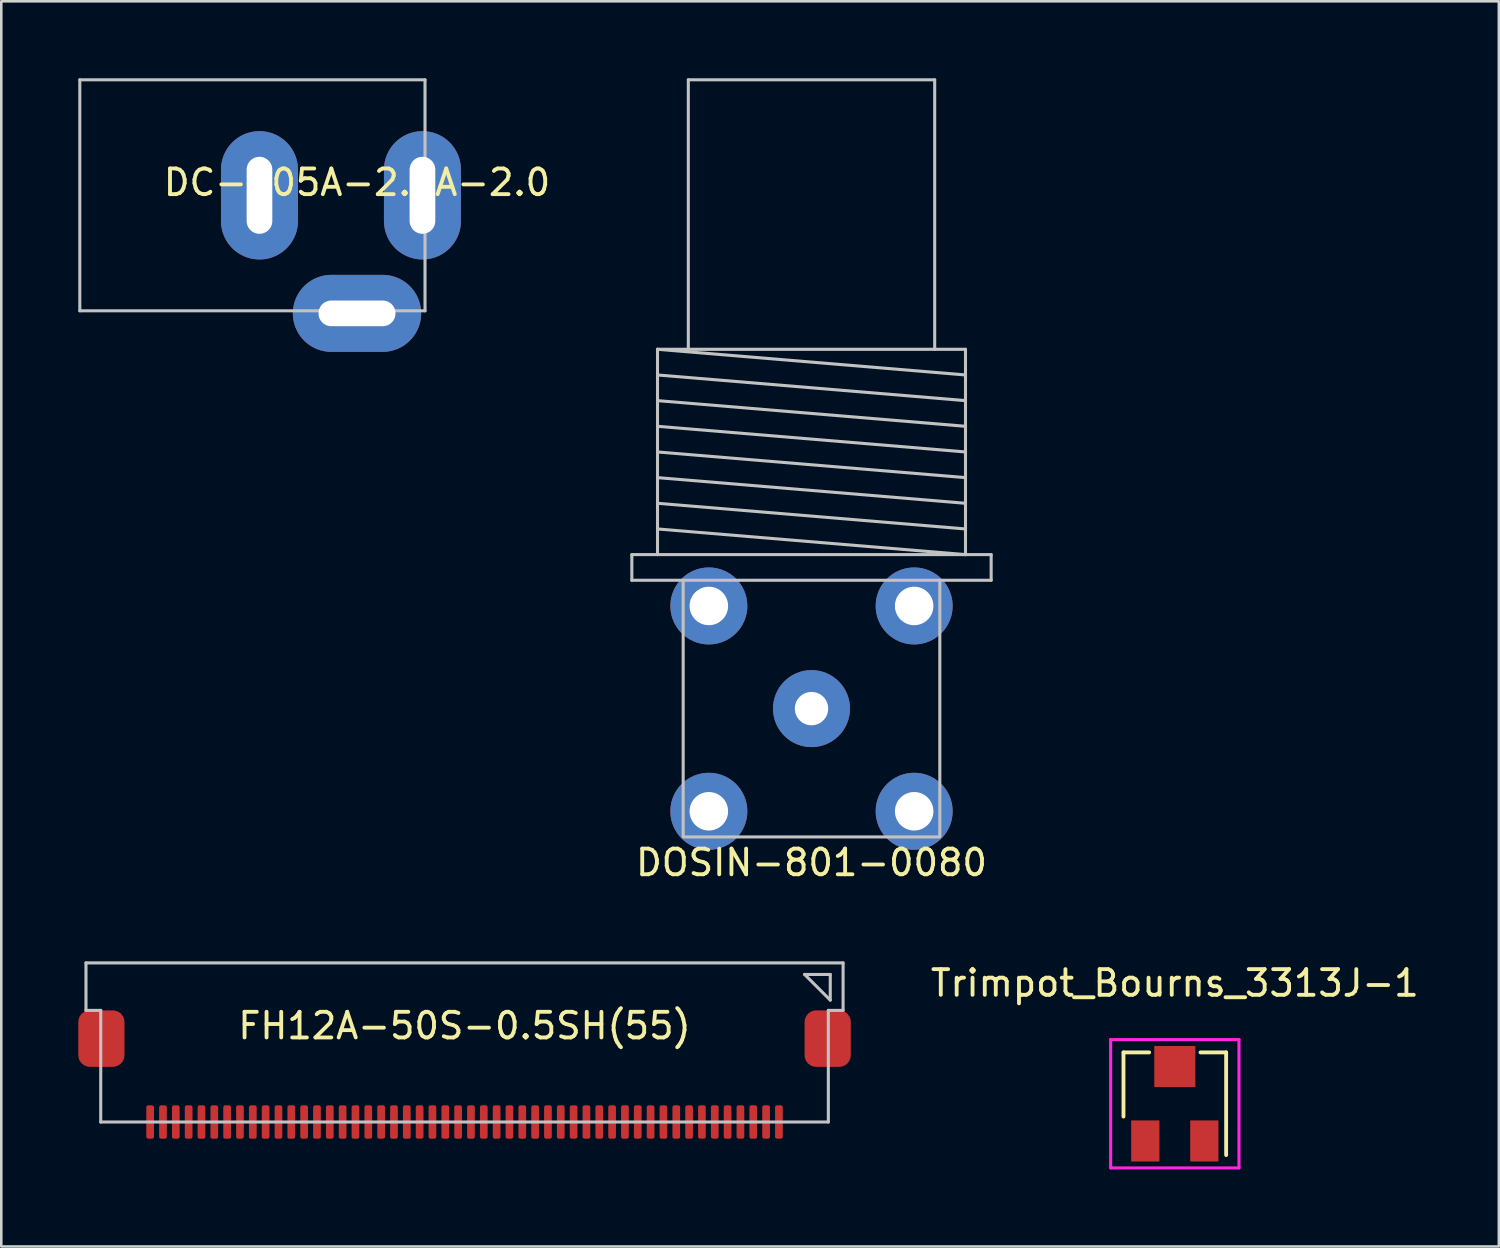
<source format=kicad_pcb>
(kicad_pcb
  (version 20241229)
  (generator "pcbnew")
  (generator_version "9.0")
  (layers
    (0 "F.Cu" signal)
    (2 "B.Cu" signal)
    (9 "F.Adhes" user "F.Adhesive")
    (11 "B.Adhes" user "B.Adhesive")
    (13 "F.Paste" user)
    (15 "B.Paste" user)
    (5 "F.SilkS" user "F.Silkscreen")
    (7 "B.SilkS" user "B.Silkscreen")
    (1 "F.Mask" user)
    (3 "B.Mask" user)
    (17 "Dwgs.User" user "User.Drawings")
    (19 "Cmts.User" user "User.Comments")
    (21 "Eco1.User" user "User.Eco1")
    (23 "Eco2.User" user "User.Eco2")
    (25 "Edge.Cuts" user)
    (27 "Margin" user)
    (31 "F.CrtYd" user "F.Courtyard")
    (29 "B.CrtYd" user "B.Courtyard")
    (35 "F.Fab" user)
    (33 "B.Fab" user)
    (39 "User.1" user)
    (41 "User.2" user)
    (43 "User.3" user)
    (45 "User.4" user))
  (footprint "FH12A-50S-0.5SH(55)"
    (layer "F.Cu")
    (at 15.05 40.668)
    (property "Reference" "FH12A-50S-0.5SH(55)" (at 0 -3.75 0) (unlocked yes) (layer "F.SilkS") (effects (font (size 1 1) (thickness 0.15))))
    (attr smd)
    (fp_line (start -14.75 -6.2) (end -14.75 -4.35) (stroke (width 0.12) (type solid)) (layer "Dwgs.User"))
    (fp_line (start -14.75 -6.2) (end 14.75 -6.2) (stroke (width 0.12) (type solid)) (layer "Dwgs.User"))
    (fp_line (start -14.75 -4.35) (end -14.175 -4.35) (stroke (width 0.12) (type solid)) (layer "Dwgs.User"))
    (fp_line (start -14.175 0) (end -14.175 -4.35) (stroke (width 0.12) (type solid)) (layer "Dwgs.User"))
    (fp_line (start 13.25 -5.75) (end 14.25 -5.75) (stroke (width 0.12) (type solid)) (layer "Dwgs.User"))
    (fp_line (start 14.175 0) (end -14.175 0) (stroke (width 0.12) (type solid)) (layer "Dwgs.User"))
    (fp_line (start 14.175 0) (end 14.175 -4.35) (stroke (width 0.12) (type solid)) (layer "Dwgs.User"))
    (fp_line (start 14.25 -5.75) (end 14.25 -4.75) (stroke (width 0.12) (type solid)) (layer "Dwgs.User"))
    (fp_line (start 14.25 -4.75) (end 13.25 -5.75) (stroke (width 0.12) (type solid)) (layer "Dwgs.User"))
    (fp_line (start 14.75 -6.2) (end 14.75 -4.35) (stroke (width 0.12) (type solid)) (layer "Dwgs.User"))
    (fp_line (start 14.75 -4.35) (end 14.175 -4.35) (stroke (width 0.12) (type solid)) (layer "Dwgs.User"))
    (pad "" smd roundrect (at -14.15 -3.25) (size 1.8 2.2) (layers "F.Cu" "F.Mask" "F.Paste") (roundrect_rratio 0.25))
    (pad "" smd roundrect (at 14.15 -3.25) (size 1.8 2.2) (layers "F.Cu" "F.Mask" "F.Paste") (roundrect_rratio 0.25))
    (pad "1" smd roundrect (at 12.25 0) (size 0.3 1.3) (layers "F.Cu" "F.Mask" "F.Paste") (roundrect_rratio 0.25))
    (pad "2" smd roundrect (at 11.75 0) (size 0.3 1.3) (layers "F.Cu" "F.Mask" "F.Paste") (roundrect_rratio 0.25))
    (pad "3" smd roundrect (at 11.25 0) (size 0.3 1.3) (layers "F.Cu" "F.Mask" "F.Paste") (roundrect_rratio 0.25))
    (pad "4" smd roundrect (at 10.75 0) (size 0.3 1.3) (layers "F.Cu" "F.Mask" "F.Paste") (roundrect_rratio 0.25))
    (pad "5" smd roundrect (at 10.25 0) (size 0.3 1.3) (layers "F.Cu" "F.Mask" "F.Paste") (roundrect_rratio 0.25))
    (pad "6" smd roundrect (at 9.75 0) (size 0.3 1.3) (layers "F.Cu" "F.Mask" "F.Paste") (roundrect_rratio 0.25))
    (pad "7" smd roundrect (at 9.25 0) (size 0.3 1.3) (layers "F.Cu" "F.Mask" "F.Paste") (roundrect_rratio 0.25))
    (pad "8" smd roundrect (at 8.75 0) (size 0.3 1.3) (layers "F.Cu" "F.Mask" "F.Paste") (roundrect_rratio 0.25))
    (pad "9" smd roundrect (at 8.25 0) (size 0.3 1.3) (layers "F.Cu" "F.Mask" "F.Paste") (roundrect_rratio 0.25))
    (pad "10" smd roundrect (at 7.75 0) (size 0.3 1.3) (layers "F.Cu" "F.Mask" "F.Paste") (roundrect_rratio 0.25))
    (pad "11" smd roundrect (at 7.25 0) (size 0.3 1.3) (layers "F.Cu" "F.Mask" "F.Paste") (roundrect_rratio 0.25))
    (pad "12" smd roundrect (at 6.75 0) (size 0.3 1.3) (layers "F.Cu" "F.Mask" "F.Paste") (roundrect_rratio 0.25))
    (pad "13" smd roundrect (at 6.25 0) (size 0.3 1.3) (layers "F.Cu" "F.Mask" "F.Paste") (roundrect_rratio 0.25))
    (pad "14" smd roundrect (at 5.75 0) (size 0.3 1.3) (layers "F.Cu" "F.Mask" "F.Paste") (roundrect_rratio 0.25))
    (pad "15" smd roundrect (at 5.25 0) (size 0.3 1.3) (layers "F.Cu" "F.Mask" "F.Paste") (roundrect_rratio 0.25))
    (pad "16" smd roundrect (at 4.75 0) (size 0.3 1.3) (layers "F.Cu" "F.Mask" "F.Paste") (roundrect_rratio 0.25))
    (pad "17" smd roundrect (at 4.25 0) (size 0.3 1.3) (layers "F.Cu" "F.Mask" "F.Paste") (roundrect_rratio 0.25))
    (pad "18" smd roundrect (at 3.75 0) (size 0.3 1.3) (layers "F.Cu" "F.Mask" "F.Paste") (roundrect_rratio 0.25))
    (pad "19" smd roundrect (at 3.25 0) (size 0.3 1.3) (layers "F.Cu" "F.Mask" "F.Paste") (roundrect_rratio 0.25))
    (pad "20" smd roundrect (at 2.75 0) (size 0.3 1.3) (layers "F.Cu" "F.Mask" "F.Paste") (roundrect_rratio 0.25))
    (pad "21" smd roundrect (at 2.25 0) (size 0.3 1.3) (layers "F.Cu" "F.Mask" "F.Paste") (roundrect_rratio 0.25))
    (pad "22" smd roundrect (at 1.75 0) (size 0.3 1.3) (layers "F.Cu" "F.Mask" "F.Paste") (roundrect_rratio 0.25))
    (pad "23" smd roundrect (at 1.25 0) (size 0.3 1.3) (layers "F.Cu" "F.Mask" "F.Paste") (roundrect_rratio 0.25))
    (pad "24" smd roundrect (at 0.75 0) (size 0.3 1.3) (layers "F.Cu" "F.Mask" "F.Paste") (roundrect_rratio 0.25))
    (pad "25" smd roundrect (at 0.25 0) (size 0.3 1.3) (layers "F.Cu" "F.Mask" "F.Paste") (roundrect_rratio 0.25))
    (pad "26" smd roundrect (at -0.25 0) (size 0.3 1.3) (layers "F.Cu" "F.Mask" "F.Paste") (roundrect_rratio 0.25))
    (pad "27" smd roundrect (at -0.75 0) (size 0.3 1.3) (layers "F.Cu" "F.Mask" "F.Paste") (roundrect_rratio 0.25))
    (pad "28" smd roundrect (at -1.25 0) (size 0.3 1.3) (layers "F.Cu" "F.Mask" "F.Paste") (roundrect_rratio 0.25))
    (pad "29" smd roundrect (at -1.75 0) (size 0.3 1.3) (layers "F.Cu" "F.Mask" "F.Paste") (roundrect_rratio 0.25))
    (pad "30" smd roundrect (at -2.25 0) (size 0.3 1.3) (layers "F.Cu" "F.Mask" "F.Paste") (roundrect_rratio 0.25))
    (pad "31" smd roundrect (at -2.75 0) (size 0.3 1.3) (layers "F.Cu" "F.Mask" "F.Paste") (roundrect_rratio 0.25))
    (pad "32" smd roundrect (at -3.25 0) (size 0.3 1.3) (layers "F.Cu" "F.Mask" "F.Paste") (roundrect_rratio 0.25))
    (pad "33" smd roundrect (at -3.75 0) (size 0.3 1.3) (layers "F.Cu" "F.Mask" "F.Paste") (roundrect_rratio 0.25))
    (pad "34" smd roundrect (at -4.25 0) (size 0.3 1.3) (layers "F.Cu" "F.Mask" "F.Paste") (roundrect_rratio 0.25))
    (pad "35" smd roundrect (at -4.75 0) (size 0.3 1.3) (layers "F.Cu" "F.Mask" "F.Paste") (roundrect_rratio 0.25))
    (pad "36" smd roundrect (at -5.25 0) (size 0.3 1.3) (layers "F.Cu" "F.Mask" "F.Paste") (roundrect_rratio 0.25))
    (pad "37" smd roundrect (at -5.75 0) (size 0.3 1.3) (layers "F.Cu" "F.Mask" "F.Paste") (roundrect_rratio 0.25))
    (pad "38" smd roundrect (at -6.25 0) (size 0.3 1.3) (layers "F.Cu" "F.Mask" "F.Paste") (roundrect_rratio 0.25))
    (pad "39" smd roundrect (at -6.75 0) (size 0.3 1.3) (layers "F.Cu" "F.Mask" "F.Paste") (roundrect_rratio 0.25))
    (pad "40" smd roundrect (at -7.25 0) (size 0.3 1.3) (layers "F.Cu" "F.Mask" "F.Paste") (roundrect_rratio 0.25))
    (pad "41" smd roundrect (at -7.75 0) (size 0.3 1.3) (layers "F.Cu" "F.Mask" "F.Paste") (roundrect_rratio 0.25))
    (pad "42" smd roundrect (at -8.25 0) (size 0.3 1.3) (layers "F.Cu" "F.Mask" "F.Paste") (roundrect_rratio 0.25))
    (pad "43" smd roundrect (at -8.75 0) (size 0.3 1.3) (layers "F.Cu" "F.Mask" "F.Paste") (roundrect_rratio 0.25))
    (pad "44" smd roundrect (at -9.25 0) (size 0.3 1.3) (layers "F.Cu" "F.Mask" "F.Paste") (roundrect_rratio 0.25))
    (pad "45" smd roundrect (at -9.75 0) (size 0.3 1.3) (layers "F.Cu" "F.Mask" "F.Paste") (roundrect_rratio 0.25))
    (pad "46" smd roundrect (at -10.25 0) (size 0.3 1.3) (layers "F.Cu" "F.Mask" "F.Paste") (roundrect_rratio 0.25))
    (pad "47" smd roundrect (at -10.75 0) (size 0.3 1.3) (layers "F.Cu" "F.Mask" "F.Paste") (roundrect_rratio 0.25))
    (pad "48" smd roundrect (at -11.25 0) (size 0.3 1.3) (layers "F.Cu" "F.Mask" "F.Paste") (roundrect_rratio 0.25))
    (pad "49" smd roundrect (at -11.75 0) (size 0.3 1.3) (layers "F.Cu" "F.Mask" "F.Paste") (roundrect_rratio 0.25))
    (pad "50" smd roundrect (at -12.25 0) (size 0.3 1.3) (layers "F.Cu" "F.Mask" "F.Paste") (roundrect_rratio 0.25)))
  (footprint "DOSIN-801-0080"
    (layer "F.Cu")
    (at 28.569 24.56)
    (property "Reference" "DOSIN-801-0080" (at 0 6 0) (unlocked yes) (layer "F.SilkS") (effects (font (size 1 1) (thickness 0.15))))
    (attr through_hole)
    (fp_line (start -7 -6) (end -7 -5) (stroke (width 0.12) (type solid)) (layer "Dwgs.User"))
    (fp_line (start -7 -5) (end -5 -5) (stroke (width 0.12) (type solid)) (layer "Dwgs.User"))
    (fp_line (start -6 -14) (end 6 -14) (stroke (width 0.12) (type solid)) (layer "Dwgs.User"))
    (fp_line (start -6 -14) (end 6 -13) (stroke (width 0.12) (type solid)) (layer "Dwgs.User"))
    (fp_line (start -6 -13) (end 6 -12) (stroke (width 0.12) (type solid)) (layer "Dwgs.User"))
    (fp_line (start -6 -12) (end 6 -11) (stroke (width 0.12) (type solid)) (layer "Dwgs.User"))
    (fp_line (start -6 -11) (end 6 -10) (stroke (width 0.12) (type solid)) (layer "Dwgs.User"))
    (fp_line (start -6 -10) (end 6 -9) (stroke (width 0.12) (type solid)) (layer "Dwgs.User"))
    (fp_line (start -6 -9) (end 6 -8) (stroke (width 0.12) (type solid)) (layer "Dwgs.User"))
    (fp_line (start -6 -8) (end 6 -7) (stroke (width 0.12) (type solid)) (layer "Dwgs.User"))
    (fp_line (start -6 -7) (end 6 -6) (stroke (width 0.12) (type solid)) (layer "Dwgs.User"))
    (fp_line (start -6 -6) (end -6 -14) (stroke (width 0.12) (type solid)) (layer "Dwgs.User"))
    (fp_line (start -4.8 -24.5) (end 4.8 -24.5) (stroke (width 0.12) (type solid)) (layer "Dwgs.User"))
    (fp_line (start -4.8 -14) (end -4.8 -24.5) (stroke (width 0.12) (type solid)) (layer "Dwgs.User"))
    (fp_line (start 4.8 -24.5) (end 4.8 -14) (stroke (width 0.12) (type solid)) (layer "Dwgs.User"))
    (fp_line (start 5 -5) (end 7 -5) (stroke (width 0.12) (type solid)) (layer "Dwgs.User"))
    (fp_line (start 6 -14) (end 6 -6) (stroke (width 0.12) (type solid)) (layer "Dwgs.User"))
    (fp_line (start 7 -6) (end -7 -6) (stroke (width 0.12) (type solid)) (layer "Dwgs.User"))
    (fp_line (start 7 -5) (end 7 -6) (stroke (width 0.12) (type solid)) (layer "Dwgs.User"))
    (fp_rect (start -5 -5) (end 5 5) (stroke (width 0.12) (type solid)) (fill no) (layer "Dwgs.User"))
    (pad "1" thru_hole circle (at 0 0) (size 3 3) (drill 1.3) (layers "*.Cu" "*.Mask"))
    (pad "2" thru_hole circle (at -4 -4) (size 3 3) (drill 1.5) (layers "*.Cu" "*.Mask"))
    (pad "2" thru_hole circle (at -4 4) (size 3 3) (drill 1.5) (layers "*.Cu" "*.Mask"))
    (pad "2" thru_hole circle (at 4 -4) (size 3 3) (drill 1.5) (layers "*.Cu" "*.Mask"))
    (pad "2" thru_hole circle (at 4 4) (size 3 3) (drill 1.5) (layers "*.Cu" "*.Mask")))
  (footprint "DC-005A-2.5A-2.0"
    (layer "F.Cu")
    (at 10.86 4.56)
    (property "Reference" "DC-005A-2.5A-2.0" (at 0 -0.5 0) (unlocked yes) (layer "F.SilkS") (effects (font (size 1 1) (thickness 0.15))))
    (attr through_hole)
    (fp_line (start -10.8 -4.5) (end -10.8 4.5) (stroke (width 0.12) (type solid)) (layer "Dwgs.User"))
    (fp_line (start -10.8 -4.5) (end 2.65 -4.5) (stroke (width 0.12) (type solid)) (layer "Dwgs.User"))
    (fp_line (start -10.8 4.5) (end 2.65 4.5) (stroke (width 0.12) (type solid)) (layer "Dwgs.User"))
    (fp_line (start 2.65 -4.5) (end 2.65 4.5) (stroke (width 0.12) (type solid)) (layer "Dwgs.User"))
    (pad "1" thru_hole oval (at 2.55 0) (size 3 5) (drill oval 1 3) (layers "*.Cu" "*.Mask"))
    (pad "2" thru_hole oval (at -3.8 0) (size 3 5) (drill oval 1 3) (layers "*.Cu" "*.Mask"))
    (pad "3" thru_hole oval (at 0 4.6) (size 5 3) (drill oval 3 1) (layers "*.Cu" "*.Mask")))
  (footprint "Trimpot_Bourns_3313J-1"
    (layer "F.Cu")
    (at 42.725 39.956)
    (property "Reference" "Trimpot_Bourns_3313J-1" (at 0 -4.7 0) (layer "F.SilkS") (effects (font (size 1 1) (thickness 0.15))))
    (attr smd)
    (fp_line (start -2 -2) (end -2 0.5) (stroke (width 0.15) (type solid)) (layer "F.SilkS"))
    (fp_line (start -1 -2) (end -2 -2) (stroke (width 0.15) (type solid)) (layer "F.SilkS"))
    (fp_line (start 1 -2) (end 2 -2) (stroke (width 0.15) (type solid)) (layer "F.SilkS"))
    (fp_line (start 2 -2) (end 2 2) (stroke (width 0.15) (type solid)) (layer "F.SilkS"))
    (fp_line (start -2.5 -2.5) (end -1.5 -2.5) (stroke (width 0.12) (type solid)) (layer "F.CrtYd"))
    (fp_line (start -2.5 2.5) (end -2.5 -2.5) (stroke (width 0.12) (type solid)) (layer "F.CrtYd"))
    (fp_line (start -1.5 -2.5) (end 2.5 -2.5) (stroke (width 0.12) (type solid)) (layer "F.CrtYd"))
    (fp_line (start 2.5 -2.5) (end 2.5 2.5) (stroke (width 0.12) (type solid)) (layer "F.CrtYd"))
    (fp_line (start 2.5 2.5) (end -2.5 2.5) (stroke (width 0.12) (type solid)) (layer "F.CrtYd"))
    (pad "1" smd rect (at 1.15 1.45) (size 1.1 1.6) (layers "F.Cu" "F.Mask" "F.Paste"))
    (pad "2" smd rect (at 0 -1.45) (size 1.6 1.6) (layers "F.Cu" "F.Mask" "F.Paste"))
    (pad "3" smd rect (at -1.15 1.45) (size 1.1 1.6) (layers "F.Cu" "F.Mask" "F.Paste")))
  (gr_rect
    (start -3 -3)
    (end 55.35 45.517)
    (stroke (width 0.1) (type default))
    (fill no)
    (layer "Edge.Cuts")))
</source>
